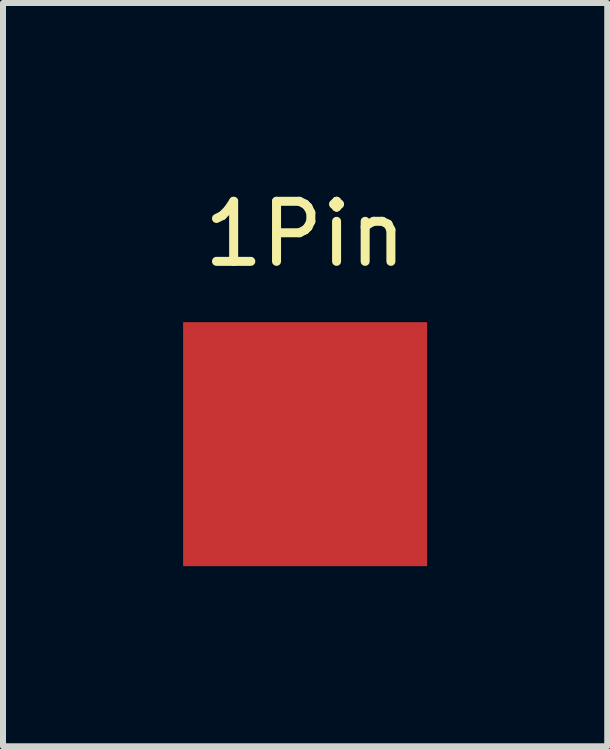
<source format=kicad_pcb>
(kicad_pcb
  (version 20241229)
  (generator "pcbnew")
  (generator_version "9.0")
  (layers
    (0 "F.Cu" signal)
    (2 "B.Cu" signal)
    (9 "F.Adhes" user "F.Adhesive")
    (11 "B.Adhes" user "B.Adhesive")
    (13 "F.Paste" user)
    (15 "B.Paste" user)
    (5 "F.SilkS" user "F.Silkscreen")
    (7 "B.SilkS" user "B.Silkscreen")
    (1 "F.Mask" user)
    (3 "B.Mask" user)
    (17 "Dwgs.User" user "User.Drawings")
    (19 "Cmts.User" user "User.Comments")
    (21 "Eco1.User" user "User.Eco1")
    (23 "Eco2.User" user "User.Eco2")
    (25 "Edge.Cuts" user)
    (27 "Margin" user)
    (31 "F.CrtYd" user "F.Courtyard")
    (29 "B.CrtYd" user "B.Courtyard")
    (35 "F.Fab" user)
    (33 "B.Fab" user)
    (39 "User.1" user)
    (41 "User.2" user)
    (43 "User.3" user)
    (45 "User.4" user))
  (footprint "1Pin"
    (layer "F.Cu")
    (at 2.032 4.348)
    (property "Reference" "1Pin" (at 0 -3.5 0) (layer "F.SilkS") (effects (font (size 1 1) (thickness 0.15))))
    (attr through_hole)
    (pad "1" smd rect (at 0 0) (size 4.064 4.064) (layers "F.Cu" "F.Mask" "F.Paste")))
  (gr_rect
    (start -3 -3)
    (end 7.064 9.38)
    (stroke (width 0.1) (type default))
    (fill no)
    (layer "Edge.Cuts")))
</source>
